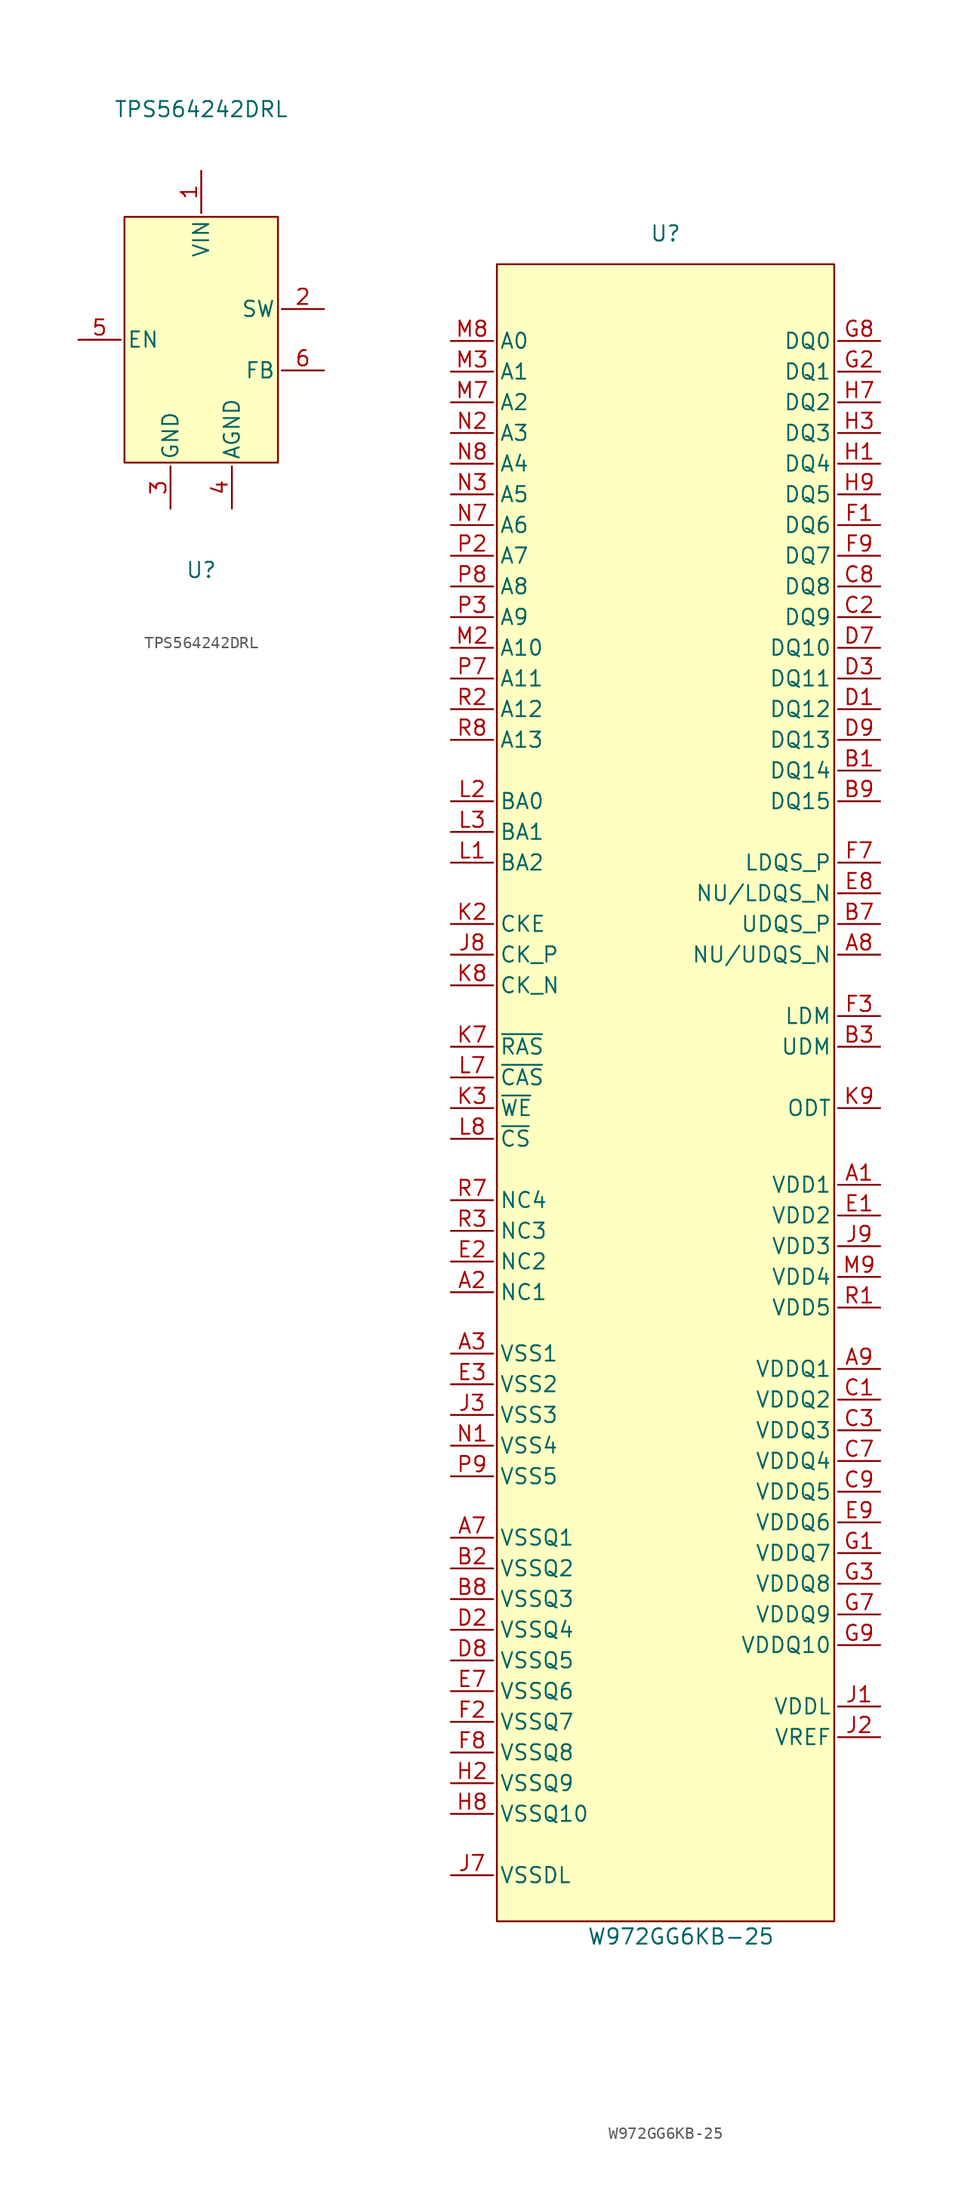
<source format=kicad_sym>
(kicad_symbol_lib
  (version 20220914)
  (generator kicad_symbol_editor)
  (symbol "TPS564242DRL"
    (property "Reference" "U"
      (at 0 -19.05 0)
      (effects (font (size 1.27 1.27))))
    (property "Value" "TPS564242DRL"
      (at 0 19.05 0)
      (effects (font (size 1.27 1.27))))
    (symbol "TPS564242DRL_0_1"
      (rectangle (start -6.35 10.16) (end 6.35 -10.16) (stroke (width 0) (type default)) (fill (type background))))
    (symbol "TPS564242DRL_1_1"
      (pin input line (at 0 13.97 270) (length 3.5) (name "VIN" (effects (font (size 1.27 1.27)))) (number "1" (effects (font (size 1.27 1.27)))))
      (pin output line (at 10.16 2.54 180) (length 3.5) (name "SW" (effects (font (size 1.27 1.27)))) (number "2" (effects (font (size 1.27 1.27)))))
      (pin input line (at -2.54 -13.97 90) (length 3.5) (name "GND" (effects (font (size 1.27 1.27)))) (number "3" (effects (font (size 1.27 1.27)))))
      (pin input line (at 2.54 -13.97 90) (length 3.5) (name "AGND" (effects (font (size 1.27 1.27)))) (number "4" (effects (font (size 1.27 1.27)))))
      (pin input line (at -10.16 0 0) (length 3.5) (name "EN" (effects (font (size 1.27 1.27)))) (number "5" (effects (font (size 1.27 1.27)))))
      (pin input line (at 10.16 -2.54 180) (length 3.5) (name "FB" (effects (font (size 1.27 1.27)))) (number "6" (effects (font (size 1.27 1.27)))))))
  (symbol "W972GG6KB-25"
    (property "Reference" "U"
      (at 0 85.09 0)
      (effects (font (size 1.27 1.27))))
    (property "Value" "W972GG6KB-25"
      (at 1.27 -55.88 0)
      (effects (font (size 1.27 1.27))))
    (symbol "W972GG6KB-25_0_1"
      (rectangle (start -13.97 82.55) (end 13.97 -54.61) (stroke (width 0) (type default)) (fill (type background))))
    (symbol "W972GG6KB-25_1_1"
      (pin input line (at 17.78 6.35 180) (length 3.5) (name "VDD1" (effects (font (size 1.27 1.27)))) (number "A1" (effects (font (size 1.27 1.27)))))
      (pin input line (at -17.78 -2.54 0) (length 3.5) (name "NC1" (effects (font (size 1.27 1.27)))) (number "A2" (effects (font (size 1.27 1.27)))))
      (pin input line (at -17.78 -7.62 0) (length 3.5) (name "VSS1" (effects (font (size 1.27 1.27)))) (number "A3" (effects (font (size 1.27 1.27)))))
      (pin input line (at -17.78 -22.86 0) (length 3.5) (name "VSSQ1" (effects (font (size 1.27 1.27)))) (number "A7" (effects (font (size 1.27 1.27)))))
      (pin bidirectional line (at 17.78 25.4 180) (length 3.5) (name "NU/UDQS_N" (effects (font (size 1.27 1.27)))) (number "A8" (effects (font (size 1.27 1.27)))))
      (pin input line (at 17.78 -8.89 180) (length 3.5) (name "VDDQ1" (effects (font (size 1.27 1.27)))) (number "A9" (effects (font (size 1.27 1.27)))))
      (pin bidirectional line (at 17.78 40.64 180) (length 3.5) (name "DQ14" (effects (font (size 1.27 1.27)))) (number "B1" (effects (font (size 1.27 1.27)))))
      (pin input line (at -17.78 -25.4 0) (length 3.5) (name "VSSQ2" (effects (font (size 1.27 1.27)))) (number "B2" (effects (font (size 1.27 1.27)))))
      (pin bidirectional line (at 17.78 17.78 180) (length 3.5) (name "UDM" (effects (font (size 1.27 1.27)))) (number "B3" (effects (font (size 1.27 1.27)))))
      (pin bidirectional line (at 17.78 27.94 180) (length 3.5) (name "UDQS_P" (effects (font (size 1.27 1.27)))) (number "B7" (effects (font (size 1.27 1.27)))))
      (pin input line (at -17.78 -27.94 0) (length 3.5) (name "VSSQ3" (effects (font (size 1.27 1.27)))) (number "B8" (effects (font (size 1.27 1.27)))))
      (pin bidirectional line (at 17.78 38.1 180) (length 3.5) (name "DQ15" (effects (font (size 1.27 1.27)))) (number "B9" (effects (font (size 1.27 1.27)))))
      (pin input line (at 17.78 -11.43 180) (length 3.5) (name "VDDQ2" (effects (font (size 1.27 1.27)))) (number "C1" (effects (font (size 1.27 1.27)))))
      (pin bidirectional line (at 17.78 53.34 180) (length 3.5) (name "DQ9" (effects (font (size 1.27 1.27)))) (number "C2" (effects (font (size 1.27 1.27)))))
      (pin input line (at 17.78 -13.97 180) (length 3.5) (name "VDDQ3" (effects (font (size 1.27 1.27)))) (number "C3" (effects (font (size 1.27 1.27)))))
      (pin input line (at 17.78 -16.51 180) (length 3.5) (name "VDDQ4" (effects (font (size 1.27 1.27)))) (number "C7" (effects (font (size 1.27 1.27)))))
      (pin bidirectional line (at 17.78 55.88 180) (length 3.5) (name "DQ8" (effects (font (size 1.27 1.27)))) (number "C8" (effects (font (size 1.27 1.27)))))
      (pin input line (at 17.78 -19.05 180) (length 3.5) (name "VDDQ5" (effects (font (size 1.27 1.27)))) (number "C9" (effects (font (size 1.27 1.27)))))
      (pin bidirectional line (at 17.78 45.72 180) (length 3.5) (name "DQ12" (effects (font (size 1.27 1.27)))) (number "D1" (effects (font (size 1.27 1.27)))))
      (pin input line (at -17.78 -30.48 0) (length 3.5) (name "VSSQ4" (effects (font (size 1.27 1.27)))) (number "D2" (effects (font (size 1.27 1.27)))))
      (pin bidirectional line (at 17.78 48.26 180) (length 3.5) (name "DQ11" (effects (font (size 1.27 1.27)))) (number "D3" (effects (font (size 1.27 1.27)))))
      (pin bidirectional line (at 17.78 50.8 180) (length 3.5) (name "DQ10" (effects (font (size 1.27 1.27)))) (number "D7" (effects (font (size 1.27 1.27)))))
      (pin input line (at -17.78 -33.02 0) (length 3.5) (name "VSSQ5" (effects (font (size 1.27 1.27)))) (number "D8" (effects (font (size 1.27 1.27)))))
      (pin bidirectional line (at 17.78 43.18 180) (length 3.5) (name "DQ13" (effects (font (size 1.27 1.27)))) (number "D9" (effects (font (size 1.27 1.27)))))
      (pin input line (at 17.78 3.81 180) (length 3.5) (name "VDD2" (effects (font (size 1.27 1.27)))) (number "E1" (effects (font (size 1.27 1.27)))))
      (pin input line (at -17.78 0 0) (length 3.5) (name "NC2" (effects (font (size 1.27 1.27)))) (number "E2" (effects (font (size 1.27 1.27)))))
      (pin input line (at -17.78 -10.16 0) (length 3.5) (name "VSS2" (effects (font (size 1.27 1.27)))) (number "E3" (effects (font (size 1.27 1.27)))))
      (pin input line (at -17.78 -35.56 0) (length 3.5) (name "VSSQ6" (effects (font (size 1.27 1.27)))) (number "E7" (effects (font (size 1.27 1.27)))))
      (pin bidirectional line (at 17.78 30.48 180) (length 3.5) (name "NU/LDQS_N" (effects (font (size 1.27 1.27)))) (number "E8" (effects (font (size 1.27 1.27)))))
      (pin input line (at 17.78 -21.59 180) (length 3.5) (name "VDDQ6" (effects (font (size 1.27 1.27)))) (number "E9" (effects (font (size 1.27 1.27)))))
      (pin bidirectional line (at 17.78 60.96 180) (length 3.5) (name "DQ6" (effects (font (size 1.27 1.27)))) (number "F1" (effects (font (size 1.27 1.27)))))
      (pin input line (at -17.78 -38.1 0) (length 3.5) (name "VSSQ7" (effects (font (size 1.27 1.27)))) (number "F2" (effects (font (size 1.27 1.27)))))
      (pin bidirectional line (at 17.78 20.32 180) (length 3.5) (name "LDM" (effects (font (size 1.27 1.27)))) (number "F3" (effects (font (size 1.27 1.27)))))
      (pin bidirectional line (at 17.78 33.02 180) (length 3.5) (name "LDQS_P" (effects (font (size 1.27 1.27)))) (number "F7" (effects (font (size 1.27 1.27)))))
      (pin input line (at -17.78 -40.64 0) (length 3.5) (name "VSSQ8" (effects (font (size 1.27 1.27)))) (number "F8" (effects (font (size 1.27 1.27)))))
      (pin bidirectional line (at 17.78 58.42 180) (length 3.5) (name "DQ7" (effects (font (size 1.27 1.27)))) (number "F9" (effects (font (size 1.27 1.27)))))
      (pin input line (at 17.78 -24.13 180) (length 3.5) (name "VDDQ7" (effects (font (size 1.27 1.27)))) (number "G1" (effects (font (size 1.27 1.27)))))
      (pin bidirectional line (at 17.78 73.66 180) (length 3.5) (name "DQ1" (effects (font (size 1.27 1.27)))) (number "G2" (effects (font (size 1.27 1.27)))))
      (pin input line (at 17.78 -26.67 180) (length 3.5) (name "VDDQ8" (effects (font (size 1.27 1.27)))) (number "G3" (effects (font (size 1.27 1.27)))))
      (pin input line (at 17.78 -29.21 180) (length 3.5) (name "VDDQ9" (effects (font (size 1.27 1.27)))) (number "G7" (effects (font (size 1.27 1.27)))))
      (pin bidirectional line (at 17.78 76.2 180) (length 3.5) (name "DQ0" (effects (font (size 1.27 1.27)))) (number "G8" (effects (font (size 1.27 1.27)))))
      (pin input line (at 17.78 -31.75 180) (length 3.5) (name "VDDQ10" (effects (font (size 1.27 1.27)))) (number "G9" (effects (font (size 1.27 1.27)))))
      (pin bidirectional line (at 17.78 66.04 180) (length 3.5) (name "DQ4" (effects (font (size 1.27 1.27)))) (number "H1" (effects (font (size 1.27 1.27)))))
      (pin input line (at -17.78 -43.18 0) (length 3.5) (name "VSSQ9" (effects (font (size 1.27 1.27)))) (number "H2" (effects (font (size 1.27 1.27)))))
      (pin bidirectional line (at 17.78 68.58 180) (length 3.5) (name "DQ3" (effects (font (size 1.27 1.27)))) (number "H3" (effects (font (size 1.27 1.27)))))
      (pin bidirectional line (at 17.78 71.12 180) (length 3.5) (name "DQ2" (effects (font (size 1.27 1.27)))) (number "H7" (effects (font (size 1.27 1.27)))))
      (pin input line (at -17.78 -45.72 0) (length 3.5) (name "VSSQ10" (effects (font (size 1.27 1.27)))) (number "H8" (effects (font (size 1.27 1.27)))))
      (pin bidirectional line (at 17.78 63.5 180) (length 3.5) (name "DQ5" (effects (font (size 1.27 1.27)))) (number "H9" (effects (font (size 1.27 1.27)))))
      (pin input line (at 17.78 -36.83 180) (length 3.5) (name "VDDL" (effects (font (size 1.27 1.27)))) (number "J1" (effects (font (size 1.27 1.27)))))
      (pin input line (at 17.78 -39.37 180) (length 3.5) (name "VREF" (effects (font (size 1.27 1.27)))) (number "J2" (effects (font (size 1.27 1.27)))))
      (pin input line (at -17.78 -12.7 0) (length 3.5) (name "VSS3" (effects (font (size 1.27 1.27)))) (number "J3" (effects (font (size 1.27 1.27)))))
      (pin input line (at -17.78 -50.8 0) (length 3.5) (name "VSSDL" (effects (font (size 1.27 1.27)))) (number "J7" (effects (font (size 1.27 1.27)))))
      (pin input line (at -17.78 25.4 0) (length 3.5) (name "CK_P" (effects (font (size 1.27 1.27)))) (number "J8" (effects (font (size 1.27 1.27)))))
      (pin input line (at 17.78 1.27 180) (length 3.5) (name "VDD3" (effects (font (size 1.27 1.27)))) (number "J9" (effects (font (size 1.27 1.27)))))
      (pin input line (at -17.78 27.94 0) (length 3.5) (name "CKE" (effects (font (size 1.27 1.27)))) (number "K2" (effects (font (size 1.27 1.27)))))
      (pin input line (at -17.78 12.7 0) (length 3.5) (name "~{WE}" (effects (font (size 1.27 1.27)))) (number "K3" (effects (font (size 1.27 1.27)))))
      (pin input line (at -17.78 17.78 0) (length 3.5) (name "~{RAS}" (effects (font (size 1.27 1.27)))) (number "K7" (effects (font (size 1.27 1.27)))))
      (pin input line (at -17.78 22.86 0) (length 3.5) (name "CK_N" (effects (font (size 1.27 1.27)))) (number "K8" (effects (font (size 1.27 1.27)))))
      (pin bidirectional line (at 17.78 12.7 180) (length 3.5) (name "ODT" (effects (font (size 1.27 1.27)))) (number "K9" (effects (font (size 1.27 1.27)))))
      (pin input line (at -17.78 33.02 0) (length 3.5) (name "BA2" (effects (font (size 1.27 1.27)))) (number "L1" (effects (font (size 1.27 1.27)))))
      (pin input line (at -17.78 38.1 0) (length 3.5) (name "BA0" (effects (font (size 1.27 1.27)))) (number "L2" (effects (font (size 1.27 1.27)))))
      (pin input line (at -17.78 35.56 0) (length 3.5) (name "BA1" (effects (font (size 1.27 1.27)))) (number "L3" (effects (font (size 1.27 1.27)))))
      (pin input line (at -17.78 15.24 0) (length 3.5) (name "~{CAS}" (effects (font (size 1.27 1.27)))) (number "L7" (effects (font (size 1.27 1.27)))))
      (pin input line (at -17.78 10.16 0) (length 3.5) (name "~{CS}" (effects (font (size 1.27 1.27)))) (number "L8" (effects (font (size 1.27 1.27)))))
      (pin input line (at -17.78 50.8 0) (length 3.5) (name "A10" (effects (font (size 1.27 1.27)))) (number "M2" (effects (font (size 1.27 1.27)))))
      (pin input line (at -17.78 73.66 0) (length 3.5) (name "A1" (effects (font (size 1.27 1.27)))) (number "M3" (effects (font (size 1.27 1.27)))))
      (pin input line (at -17.78 71.12 0) (length 3.5) (name "A2" (effects (font (size 1.27 1.27)))) (number "M7" (effects (font (size 1.27 1.27)))))
      (pin input line (at -17.78 76.2 0) (length 3.5) (name "A0" (effects (font (size 1.27 1.27)))) (number "M8" (effects (font (size 1.27 1.27)))))
      (pin input line (at 17.78 -1.27 180) (length 3.5) (name "VDD4" (effects (font (size 1.27 1.27)))) (number "M9" (effects (font (size 1.27 1.27)))))
      (pin input line (at -17.78 -15.24 0) (length 3.5) (name "VSS4" (effects (font (size 1.27 1.27)))) (number "N1" (effects (font (size 1.27 1.27)))))
      (pin input line (at -17.78 68.58 0) (length 3.5) (name "A3" (effects (font (size 1.27 1.27)))) (number "N2" (effects (font (size 1.27 1.27)))))
      (pin input line (at -17.78 63.5 0) (length 3.5) (name "A5" (effects (font (size 1.27 1.27)))) (number "N3" (effects (font (size 1.27 1.27)))))
      (pin input line (at -17.78 60.96 0) (length 3.5) (name "A6" (effects (font (size 1.27 1.27)))) (number "N7" (effects (font (size 1.27 1.27)))))
      (pin input line (at -17.78 66.04 0) (length 3.5) (name "A4" (effects (font (size 1.27 1.27)))) (number "N8" (effects (font (size 1.27 1.27)))))
      (pin input line (at -17.78 58.42 0) (length 3.5) (name "A7" (effects (font (size 1.27 1.27)))) (number "P2" (effects (font (size 1.27 1.27)))))
      (pin input line (at -17.78 53.34 0) (length 3.5) (name "A9" (effects (font (size 1.27 1.27)))) (number "P3" (effects (font (size 1.27 1.27)))))
      (pin input line (at -17.78 48.26 0) (length 3.5) (name "A11" (effects (font (size 1.27 1.27)))) (number "P7" (effects (font (size 1.27 1.27)))))
      (pin input line (at -17.78 55.88 0) (length 3.5) (name "A8" (effects (font (size 1.27 1.27)))) (number "P8" (effects (font (size 1.27 1.27)))))
      (pin input line (at -17.78 -17.78 0) (length 3.5) (name "VSS5" (effects (font (size 1.27 1.27)))) (number "P9" (effects (font (size 1.27 1.27)))))
      (pin input line (at 17.78 -3.81 180) (length 3.5) (name "VDD5" (effects (font (size 1.27 1.27)))) (number "R1" (effects (font (size 1.27 1.27)))))
      (pin input line (at -17.78 45.72 0) (length 3.5) (name "A12" (effects (font (size 1.27 1.27)))) (number "R2" (effects (font (size 1.27 1.27)))))
      (pin input line (at -17.78 2.54 0) (length 3.5) (name "NC3" (effects (font (size 1.27 1.27)))) (number "R3" (effects (font (size 1.27 1.27)))))
      (pin input line (at -17.78 5.08 0) (length 3.5) (name "NC4" (effects (font (size 1.27 1.27)))) (number "R7" (effects (font (size 1.27 1.27)))))
      (pin input line (at -17.78 43.18 0) (length 3.5) (name "A13" (effects (font (size 1.27 1.27)))) (number "R8" (effects (font (size 1.27 1.27))))))))
</source>
